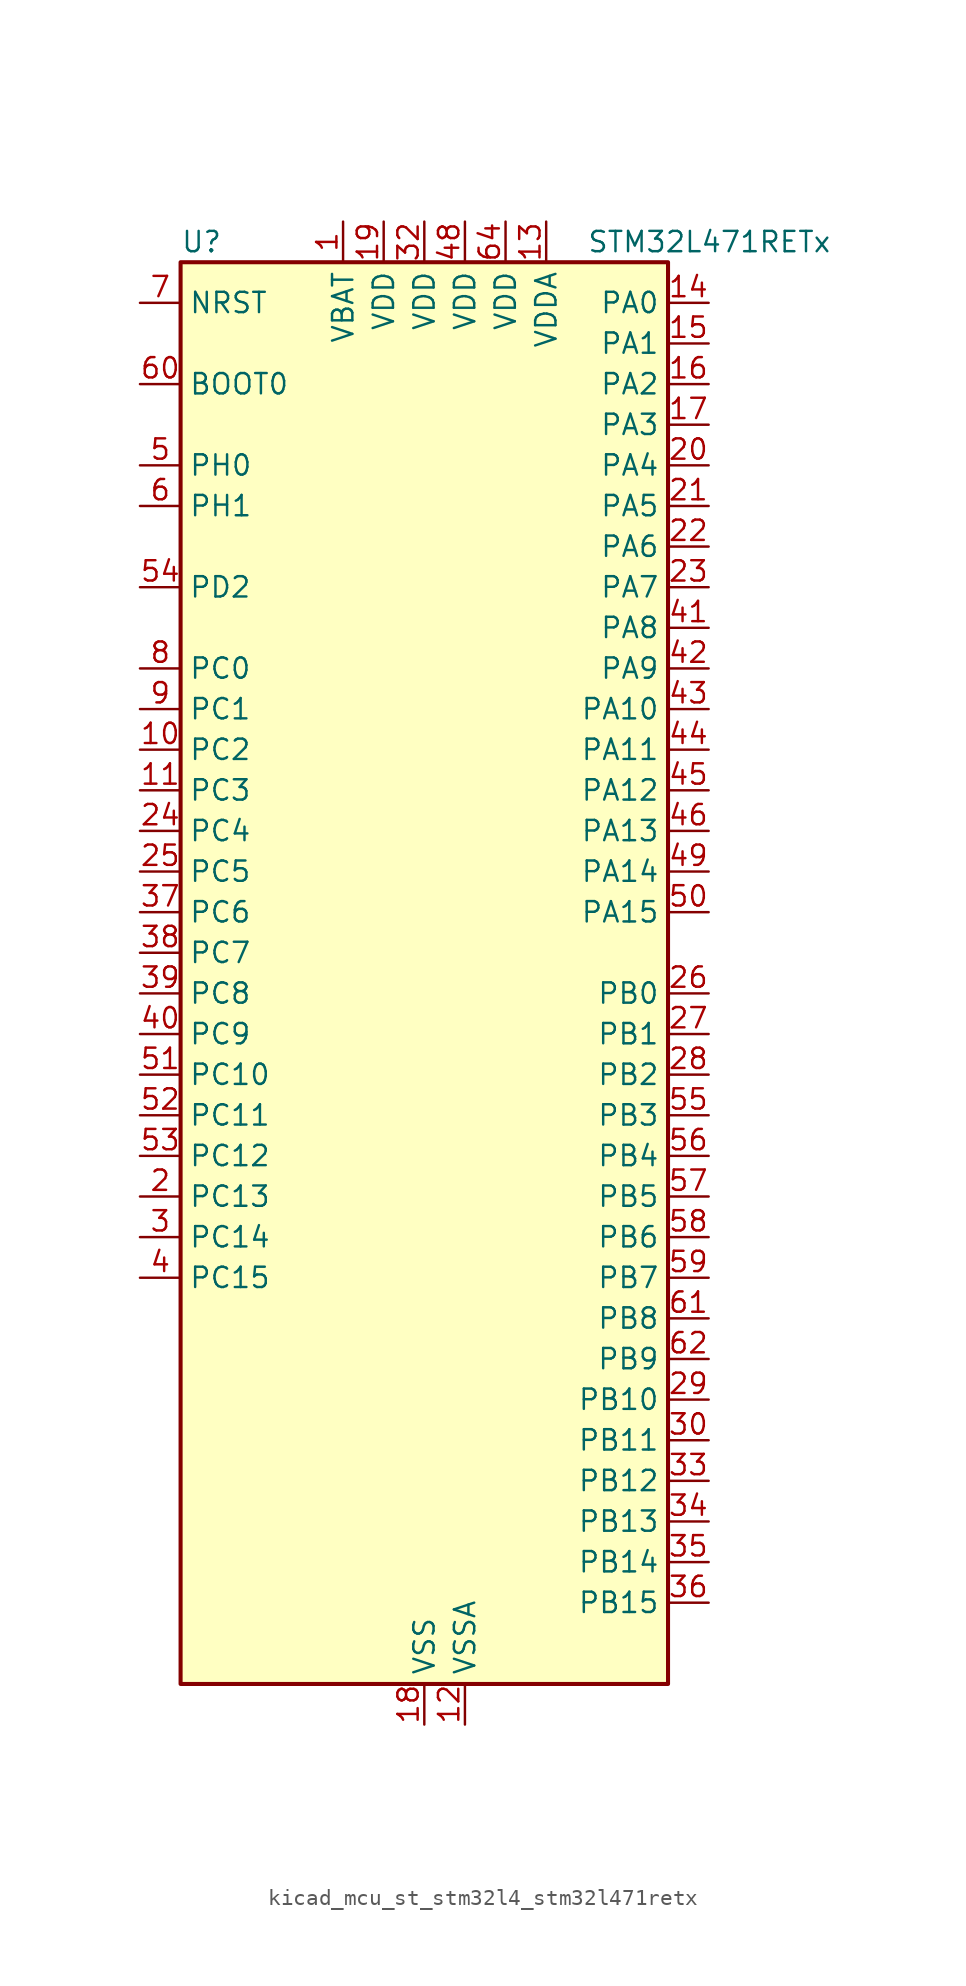
<source format=kicad_sym>
(kicad_symbol_lib
  (version 20220914)
  (generator kicad_symbol_editor)
  (symbol "kicad_mcu_st_stm32l4_stm32l471retx"
    (property "Reference" "U"
      (at -15.24 46.99 0)
      (effects (font (size 1.27 1.27)) (justify left)))
    (property "Value" "STM32L471RETx"
      (at 10.16 46.99 0)
      (effects (font (size 1.27 1.27)) (justify left)))
    (property "ki_locked" ""
      (at 0 0 0)
      (effects (font (size 1.27 1.27))))
    (symbol "kicad_mcu_st_stm32l4_stm32l471retx_0_1"
      (rectangle (start -15.24 -43.18) (end 15.24 45.72) (stroke (width 0.254) (type default)) (fill (type background))))
    (symbol "kicad_mcu_st_stm32l4_stm32l471retx_1_1"
      (pin power_in line (at -5.08 48.26 270) (length 2.54) (name "VBAT" (effects (font (size 1.27 1.27)))) (number "1" (effects (font (size 1.27 1.27)))))
      (pin bidirectional line (at -17.78 15.24 0) (length 2.54) (name "PC2" (effects (font (size 1.27 1.27)))) (number "10" (effects (font (size 1.27 1.27)))) (alternate "ADC1_IN3" bidirectional line) (alternate "ADC2_IN3" bidirectional line) (alternate "ADC3_IN3" bidirectional line) (alternate "DFSDM1_CKOUT" bidirectional line) (alternate "LPTIM1_IN2" bidirectional line) (alternate "SPI2_MISO" bidirectional line))
      (pin bidirectional line (at -17.78 12.7 0) (length 2.54) (name "PC3" (effects (font (size 1.27 1.27)))) (number "11" (effects (font (size 1.27 1.27)))) (alternate "ADC1_IN4" bidirectional line) (alternate "ADC2_IN4" bidirectional line) (alternate "ADC3_IN4" bidirectional line) (alternate "LPTIM1_ETR" bidirectional line) (alternate "LPTIM2_ETR" bidirectional line) (alternate "SAI1_SD_A" bidirectional line) (alternate "SPI2_MOSI" bidirectional line))
      (pin power_in line (at 2.54 -45.72 90) (length 2.54) (name "VSSA" (effects (font (size 1.27 1.27)))) (number "12" (effects (font (size 1.27 1.27)))))
      (pin power_in line (at 7.62 48.26 270) (length 2.54) (name "VDDA" (effects (font (size 1.27 1.27)))) (number "13" (effects (font (size 1.27 1.27)))))
      (pin bidirectional line (at 17.78 43.18 180) (length 2.54) (name "PA0" (effects (font (size 1.27 1.27)))) (number "14" (effects (font (size 1.27 1.27)))) (alternate "ADC1_IN5" bidirectional line) (alternate "ADC2_IN5" bidirectional line) (alternate "OPAMP1_VINP" bidirectional line) (alternate "RTC_TAMP2" bidirectional line) (alternate "SAI1_EXTCLK" bidirectional line) (alternate "SYS_WKUP1" bidirectional line) (alternate "TIM2_CH1" bidirectional line) (alternate "TIM2_ETR" bidirectional line) (alternate "TIM5_CH1" bidirectional line) (alternate "TIM8_ETR" bidirectional line) (alternate "UART4_TX" bidirectional line) (alternate "USART2_CTS" bidirectional line))
      (pin bidirectional line (at 17.78 40.64 180) (length 2.54) (name "PA1" (effects (font (size 1.27 1.27)))) (number "15" (effects (font (size 1.27 1.27)))) (alternate "ADC1_IN6" bidirectional line) (alternate "ADC2_IN6" bidirectional line) (alternate "OPAMP1_VINM" bidirectional line) (alternate "TIM15_CH1N" bidirectional line) (alternate "TIM2_CH2" bidirectional line) (alternate "TIM5_CH2" bidirectional line) (alternate "UART4_RX" bidirectional line) (alternate "USART2_DE" bidirectional line) (alternate "USART2_RTS" bidirectional line))
      (pin bidirectional line (at 17.78 38.1 180) (length 2.54) (name "PA2" (effects (font (size 1.27 1.27)))) (number "16" (effects (font (size 1.27 1.27)))) (alternate "ADC1_IN7" bidirectional line) (alternate "ADC2_IN7" bidirectional line) (alternate "RCC_LSCO" bidirectional line) (alternate "SAI2_EXTCLK" bidirectional line) (alternate "SYS_WKUP4" bidirectional line) (alternate "TIM15_CH1" bidirectional line) (alternate "TIM2_CH3" bidirectional line) (alternate "TIM5_CH3" bidirectional line) (alternate "USART2_TX" bidirectional line))
      (pin bidirectional line (at 17.78 35.56 180) (length 2.54) (name "PA3" (effects (font (size 1.27 1.27)))) (number "17" (effects (font (size 1.27 1.27)))) (alternate "ADC1_IN8" bidirectional line) (alternate "ADC2_IN8" bidirectional line) (alternate "OPAMP1_VOUT" bidirectional line) (alternate "TIM15_CH2" bidirectional line) (alternate "TIM2_CH4" bidirectional line) (alternate "TIM5_CH4" bidirectional line) (alternate "USART2_RX" bidirectional line))
      (pin power_in line (at 0 -45.72 90) (length 2.54) (name "VSS" (effects (font (size 1.27 1.27)))) (number "18" (effects (font (size 1.27 1.27)))))
      (pin power_in line (at -2.54 48.26 270) (length 2.54) (name "VDD" (effects (font (size 1.27 1.27)))) (number "19" (effects (font (size 1.27 1.27)))))
      (pin bidirectional line (at -17.78 -12.7 0) (length 2.54) (name "PC13" (effects (font (size 1.27 1.27)))) (number "2" (effects (font (size 1.27 1.27)))) (alternate "RTC_OUT_ALARM" bidirectional line) (alternate "RTC_OUT_CALIB" bidirectional line) (alternate "RTC_TAMP1" bidirectional line) (alternate "RTC_TS" bidirectional line) (alternate "SYS_WKUP2" bidirectional line))
      (pin bidirectional line (at 17.78 33.02 180) (length 2.54) (name "PA4" (effects (font (size 1.27 1.27)))) (number "20" (effects (font (size 1.27 1.27)))) (alternate "ADC1_IN9" bidirectional line) (alternate "ADC2_IN9" bidirectional line) (alternate "DAC1_OUT1" bidirectional line) (alternate "LPTIM2_OUT" bidirectional line) (alternate "SAI1_FS_B" bidirectional line) (alternate "SPI1_NSS" bidirectional line) (alternate "SPI3_NSS" bidirectional line) (alternate "USART2_CK" bidirectional line))
      (pin bidirectional line (at 17.78 30.48 180) (length 2.54) (name "PA5" (effects (font (size 1.27 1.27)))) (number "21" (effects (font (size 1.27 1.27)))) (alternate "ADC1_IN10" bidirectional line) (alternate "ADC2_IN10" bidirectional line) (alternate "DAC1_OUT2" bidirectional line) (alternate "LPTIM2_ETR" bidirectional line) (alternate "SPI1_SCK" bidirectional line) (alternate "TIM2_CH1" bidirectional line) (alternate "TIM2_ETR" bidirectional line) (alternate "TIM8_CH1N" bidirectional line))
      (pin bidirectional line (at 17.78 27.94 180) (length 2.54) (name "PA6" (effects (font (size 1.27 1.27)))) (number "22" (effects (font (size 1.27 1.27)))) (alternate "ADC1_IN11" bidirectional line) (alternate "ADC2_IN11" bidirectional line) (alternate "OPAMP2_VINP" bidirectional line) (alternate "QUADSPI_BK1_IO3" bidirectional line) (alternate "SPI1_MISO" bidirectional line) (alternate "TIM16_CH1" bidirectional line) (alternate "TIM1_BKIN" bidirectional line) (alternate "TIM1_BKIN_COMP2" bidirectional line) (alternate "TIM3_CH1" bidirectional line) (alternate "TIM8_BKIN" bidirectional line) (alternate "TIM8_BKIN_COMP2" bidirectional line) (alternate "USART3_CTS" bidirectional line))
      (pin bidirectional line (at 17.78 25.4 180) (length 2.54) (name "PA7" (effects (font (size 1.27 1.27)))) (number "23" (effects (font (size 1.27 1.27)))) (alternate "ADC1_IN12" bidirectional line) (alternate "ADC2_IN12" bidirectional line) (alternate "OPAMP2_VINM" bidirectional line) (alternate "QUADSPI_BK1_IO2" bidirectional line) (alternate "SPI1_MOSI" bidirectional line) (alternate "TIM17_CH1" bidirectional line) (alternate "TIM1_CH1N" bidirectional line) (alternate "TIM3_CH2" bidirectional line) (alternate "TIM8_CH1N" bidirectional line))
      (pin bidirectional line (at -17.78 10.16 0) (length 2.54) (name "PC4" (effects (font (size 1.27 1.27)))) (number "24" (effects (font (size 1.27 1.27)))) (alternate "ADC1_IN13" bidirectional line) (alternate "ADC2_IN13" bidirectional line) (alternate "COMP1_INM" bidirectional line) (alternate "USART3_TX" bidirectional line))
      (pin bidirectional line (at -17.78 7.62 0) (length 2.54) (name "PC5" (effects (font (size 1.27 1.27)))) (number "25" (effects (font (size 1.27 1.27)))) (alternate "ADC1_IN14" bidirectional line) (alternate "ADC2_IN14" bidirectional line) (alternate "COMP1_INP" bidirectional line) (alternate "SYS_WKUP5" bidirectional line) (alternate "USART3_RX" bidirectional line))
      (pin bidirectional line (at 17.78 0 180) (length 2.54) (name "PB0" (effects (font (size 1.27 1.27)))) (number "26" (effects (font (size 1.27 1.27)))) (alternate "ADC1_IN15" bidirectional line) (alternate "ADC2_IN15" bidirectional line) (alternate "COMP1_OUT" bidirectional line) (alternate "OPAMP2_VOUT" bidirectional line) (alternate "QUADSPI_BK1_IO1" bidirectional line) (alternate "TIM1_CH2N" bidirectional line) (alternate "TIM3_CH3" bidirectional line) (alternate "TIM8_CH2N" bidirectional line) (alternate "USART3_CK" bidirectional line))
      (pin bidirectional line (at 17.78 -2.54 180) (length 2.54) (name "PB1" (effects (font (size 1.27 1.27)))) (number "27" (effects (font (size 1.27 1.27)))) (alternate "ADC1_IN16" bidirectional line) (alternate "ADC2_IN16" bidirectional line) (alternate "COMP1_INM" bidirectional line) (alternate "DFSDM1_DATIN0" bidirectional line) (alternate "LPTIM2_IN1" bidirectional line) (alternate "QUADSPI_BK1_IO0" bidirectional line) (alternate "TIM1_CH3N" bidirectional line) (alternate "TIM3_CH4" bidirectional line) (alternate "TIM8_CH3N" bidirectional line) (alternate "USART3_DE" bidirectional line) (alternate "USART3_RTS" bidirectional line))
      (pin bidirectional line (at 17.78 -5.08 180) (length 2.54) (name "PB2" (effects (font (size 1.27 1.27)))) (number "28" (effects (font (size 1.27 1.27)))) (alternate "COMP1_INP" bidirectional line) (alternate "DFSDM1_CKIN0" bidirectional line) (alternate "I2C3_SMBA" bidirectional line) (alternate "LPTIM1_OUT" bidirectional line) (alternate "RTC_OUT_ALARM" bidirectional line) (alternate "RTC_OUT_CALIB" bidirectional line))
      (pin bidirectional line (at 17.78 -25.4 180) (length 2.54) (name "PB10" (effects (font (size 1.27 1.27)))) (number "29" (effects (font (size 1.27 1.27)))) (alternate "COMP1_OUT" bidirectional line) (alternate "DFSDM1_DATIN7" bidirectional line) (alternate "I2C2_SCL" bidirectional line) (alternate "LPUART1_RX" bidirectional line) (alternate "QUADSPI_CLK" bidirectional line) (alternate "SAI1_SCK_A" bidirectional line) (alternate "SPI2_SCK" bidirectional line) (alternate "TIM2_CH3" bidirectional line) (alternate "USART3_TX" bidirectional line))
      (pin bidirectional line (at -17.78 -15.24 0) (length 2.54) (name "PC14" (effects (font (size 1.27 1.27)))) (number "3" (effects (font (size 1.27 1.27)))) (alternate "RCC_OSC32_IN" bidirectional line))
      (pin bidirectional line (at 17.78 -27.94 180) (length 2.54) (name "PB11" (effects (font (size 1.27 1.27)))) (number "30" (effects (font (size 1.27 1.27)))) (alternate "ADC1_EXTI11" bidirectional line) (alternate "ADC2_EXTI11" bidirectional line) (alternate "ADC3_EXTI11" bidirectional line) (alternate "COMP2_OUT" bidirectional line) (alternate "DFSDM1_CKIN7" bidirectional line) (alternate "I2C2_SDA" bidirectional line) (alternate "LPUART1_TX" bidirectional line) (alternate "QUADSPI_NCS" bidirectional line) (alternate "TIM2_CH4" bidirectional line) (alternate "USART3_RX" bidirectional line))
      (pin passive line (at 0 -45.72 90) (length 2.54) hide (name "VSS" (effects (font (size 1.27 1.27)))) (number "31" (effects (font (size 1.27 1.27)))))
      (pin power_in line (at 0 48.26 270) (length 2.54) (name "VDD" (effects (font (size 1.27 1.27)))) (number "32" (effects (font (size 1.27 1.27)))))
      (pin bidirectional line (at 17.78 -30.48 180) (length 2.54) (name "PB12" (effects (font (size 1.27 1.27)))) (number "33" (effects (font (size 1.27 1.27)))) (alternate "DFSDM1_DATIN1" bidirectional line) (alternate "I2C2_SMBA" bidirectional line) (alternate "LPUART1_DE" bidirectional line) (alternate "LPUART1_RTS" bidirectional line) (alternate "SAI2_FS_A" bidirectional line) (alternate "SPI2_NSS" bidirectional line) (alternate "SWPMI1_IO" bidirectional line) (alternate "TIM15_BKIN" bidirectional line) (alternate "TIM1_BKIN" bidirectional line) (alternate "TIM1_BKIN_COMP2" bidirectional line) (alternate "TSC_G1_IO1" bidirectional line) (alternate "USART3_CK" bidirectional line))
      (pin bidirectional line (at 17.78 -33.02 180) (length 2.54) (name "PB13" (effects (font (size 1.27 1.27)))) (number "34" (effects (font (size 1.27 1.27)))) (alternate "DFSDM1_CKIN1" bidirectional line) (alternate "I2C2_SCL" bidirectional line) (alternate "LPUART1_CTS" bidirectional line) (alternate "SAI2_SCK_A" bidirectional line) (alternate "SPI2_SCK" bidirectional line) (alternate "SWPMI1_TX" bidirectional line) (alternate "TIM15_CH1N" bidirectional line) (alternate "TIM1_CH1N" bidirectional line) (alternate "TSC_G1_IO2" bidirectional line) (alternate "USART3_CTS" bidirectional line))
      (pin bidirectional line (at 17.78 -35.56 180) (length 2.54) (name "PB14" (effects (font (size 1.27 1.27)))) (number "35" (effects (font (size 1.27 1.27)))) (alternate "DFSDM1_DATIN2" bidirectional line) (alternate "I2C2_SDA" bidirectional line) (alternate "SAI2_MCLK_A" bidirectional line) (alternate "SPI2_MISO" bidirectional line) (alternate "SWPMI1_RX" bidirectional line) (alternate "TIM15_CH1" bidirectional line) (alternate "TIM1_CH2N" bidirectional line) (alternate "TIM8_CH2N" bidirectional line) (alternate "TSC_G1_IO3" bidirectional line) (alternate "USART3_DE" bidirectional line) (alternate "USART3_RTS" bidirectional line))
      (pin bidirectional line (at 17.78 -38.1 180) (length 2.54) (name "PB15" (effects (font (size 1.27 1.27)))) (number "36" (effects (font (size 1.27 1.27)))) (alternate "ADC1_EXTI15" bidirectional line) (alternate "ADC2_EXTI15" bidirectional line) (alternate "ADC3_EXTI15" bidirectional line) (alternate "DFSDM1_CKIN2" bidirectional line) (alternate "RTC_REFIN" bidirectional line) (alternate "SAI2_SD_A" bidirectional line) (alternate "SPI2_MOSI" bidirectional line) (alternate "SWPMI1_SUSPEND" bidirectional line) (alternate "TIM15_CH2" bidirectional line) (alternate "TIM1_CH3N" bidirectional line) (alternate "TIM8_CH3N" bidirectional line) (alternate "TSC_G1_IO4" bidirectional line))
      (pin bidirectional line (at -17.78 5.08 0) (length 2.54) (name "PC6" (effects (font (size 1.27 1.27)))) (number "37" (effects (font (size 1.27 1.27)))) (alternate "DFSDM1_CKIN3" bidirectional line) (alternate "SAI2_MCLK_A" bidirectional line) (alternate "SDMMC1_D6" bidirectional line) (alternate "TIM3_CH1" bidirectional line) (alternate "TIM8_CH1" bidirectional line) (alternate "TSC_G4_IO1" bidirectional line))
      (pin bidirectional line (at -17.78 2.54 0) (length 2.54) (name "PC7" (effects (font (size 1.27 1.27)))) (number "38" (effects (font (size 1.27 1.27)))) (alternate "DFSDM1_DATIN3" bidirectional line) (alternate "SAI2_MCLK_B" bidirectional line) (alternate "SDMMC1_D7" bidirectional line) (alternate "TIM3_CH2" bidirectional line) (alternate "TIM8_CH2" bidirectional line) (alternate "TSC_G4_IO2" bidirectional line))
      (pin bidirectional line (at -17.78 0 0) (length 2.54) (name "PC8" (effects (font (size 1.27 1.27)))) (number "39" (effects (font (size 1.27 1.27)))) (alternate "SDMMC1_D0" bidirectional line) (alternate "TIM3_CH3" bidirectional line) (alternate "TIM8_CH3" bidirectional line) (alternate "TSC_G4_IO3" bidirectional line))
      (pin bidirectional line (at -17.78 -17.78 0) (length 2.54) (name "PC15" (effects (font (size 1.27 1.27)))) (number "4" (effects (font (size 1.27 1.27)))) (alternate "ADC1_EXTI15" bidirectional line) (alternate "ADC2_EXTI15" bidirectional line) (alternate "ADC3_EXTI15" bidirectional line) (alternate "RCC_OSC32_OUT" bidirectional line))
      (pin bidirectional line (at -17.78 -2.54 0) (length 2.54) (name "PC9" (effects (font (size 1.27 1.27)))) (number "40" (effects (font (size 1.27 1.27)))) (alternate "DAC1_EXTI9" bidirectional line) (alternate "SAI2_EXTCLK" bidirectional line) (alternate "SDMMC1_D1" bidirectional line) (alternate "TIM3_CH4" bidirectional line) (alternate "TIM8_BKIN2" bidirectional line) (alternate "TIM8_BKIN2_COMP1" bidirectional line) (alternate "TIM8_CH4" bidirectional line) (alternate "TSC_G4_IO4" bidirectional line))
      (pin bidirectional line (at 17.78 22.86 180) (length 2.54) (name "PA8" (effects (font (size 1.27 1.27)))) (number "41" (effects (font (size 1.27 1.27)))) (alternate "LPTIM2_OUT" bidirectional line) (alternate "RCC_MCO" bidirectional line) (alternate "TIM1_CH1" bidirectional line) (alternate "USART1_CK" bidirectional line))
      (pin bidirectional line (at 17.78 20.32 180) (length 2.54) (name "PA9" (effects (font (size 1.27 1.27)))) (number "42" (effects (font (size 1.27 1.27)))) (alternate "DAC1_EXTI9" bidirectional line) (alternate "TIM15_BKIN" bidirectional line) (alternate "TIM1_CH2" bidirectional line) (alternate "USART1_TX" bidirectional line))
      (pin bidirectional line (at 17.78 17.78 180) (length 2.54) (name "PA10" (effects (font (size 1.27 1.27)))) (number "43" (effects (font (size 1.27 1.27)))) (alternate "TIM17_BKIN" bidirectional line) (alternate "TIM1_CH3" bidirectional line) (alternate "USART1_RX" bidirectional line))
      (pin bidirectional line (at 17.78 15.24 180) (length 2.54) (name "PA11" (effects (font (size 1.27 1.27)))) (number "44" (effects (font (size 1.27 1.27)))) (alternate "ADC1_EXTI11" bidirectional line) (alternate "ADC2_EXTI11" bidirectional line) (alternate "ADC3_EXTI11" bidirectional line) (alternate "CAN1_RX" bidirectional line) (alternate "TIM1_BKIN2" bidirectional line) (alternate "TIM1_BKIN2_COMP1" bidirectional line) (alternate "TIM1_CH4" bidirectional line) (alternate "USART1_CTS" bidirectional line))
      (pin bidirectional line (at 17.78 12.7 180) (length 2.54) (name "PA12" (effects (font (size 1.27 1.27)))) (number "45" (effects (font (size 1.27 1.27)))) (alternate "CAN1_TX" bidirectional line) (alternate "TIM1_ETR" bidirectional line) (alternate "USART1_DE" bidirectional line) (alternate "USART1_RTS" bidirectional line))
      (pin bidirectional line (at 17.78 10.16 180) (length 2.54) (name "PA13" (effects (font (size 1.27 1.27)))) (number "46" (effects (font (size 1.27 1.27)))) (alternate "IR_OUT" bidirectional line) (alternate "SYS_JTMS-SWDIO" bidirectional line))
      (pin passive line (at 0 -45.72 90) (length 2.54) hide (name "VSS" (effects (font (size 1.27 1.27)))) (number "47" (effects (font (size 1.27 1.27)))))
      (pin power_in line (at 2.54 48.26 270) (length 2.54) (name "VDD" (effects (font (size 1.27 1.27)))) (number "48" (effects (font (size 1.27 1.27)))))
      (pin bidirectional line (at 17.78 7.62 180) (length 2.54) (name "PA14" (effects (font (size 1.27 1.27)))) (number "49" (effects (font (size 1.27 1.27)))) (alternate "SYS_JTCK-SWCLK" bidirectional line))
      (pin bidirectional line (at -17.78 33.02 0) (length 2.54) (name "PH0" (effects (font (size 1.27 1.27)))) (number "5" (effects (font (size 1.27 1.27)))) (alternate "RCC_OSC_IN" bidirectional line))
      (pin bidirectional line (at 17.78 5.08 180) (length 2.54) (name "PA15" (effects (font (size 1.27 1.27)))) (number "50" (effects (font (size 1.27 1.27)))) (alternate "ADC1_EXTI15" bidirectional line) (alternate "ADC2_EXTI15" bidirectional line) (alternate "ADC3_EXTI15" bidirectional line) (alternate "SAI2_FS_B" bidirectional line) (alternate "SPI1_NSS" bidirectional line) (alternate "SPI3_NSS" bidirectional line) (alternate "SYS_JTDI" bidirectional line) (alternate "TIM2_CH1" bidirectional line) (alternate "TIM2_ETR" bidirectional line) (alternate "TSC_G3_IO1" bidirectional line) (alternate "UART4_DE" bidirectional line) (alternate "UART4_RTS" bidirectional line))
      (pin bidirectional line (at -17.78 -5.08 0) (length 2.54) (name "PC10" (effects (font (size 1.27 1.27)))) (number "51" (effects (font (size 1.27 1.27)))) (alternate "SAI2_SCK_B" bidirectional line) (alternate "SDMMC1_D2" bidirectional line) (alternate "SPI3_SCK" bidirectional line) (alternate "TSC_G3_IO2" bidirectional line) (alternate "UART4_TX" bidirectional line) (alternate "USART3_TX" bidirectional line))
      (pin bidirectional line (at -17.78 -7.62 0) (length 2.54) (name "PC11" (effects (font (size 1.27 1.27)))) (number "52" (effects (font (size 1.27 1.27)))) (alternate "ADC1_EXTI11" bidirectional line) (alternate "ADC2_EXTI11" bidirectional line) (alternate "ADC3_EXTI11" bidirectional line) (alternate "SAI2_MCLK_B" bidirectional line) (alternate "SDMMC1_D3" bidirectional line) (alternate "SPI3_MISO" bidirectional line) (alternate "TSC_G3_IO3" bidirectional line) (alternate "UART4_RX" bidirectional line) (alternate "USART3_RX" bidirectional line))
      (pin bidirectional line (at -17.78 -10.16 0) (length 2.54) (name "PC12" (effects (font (size 1.27 1.27)))) (number "53" (effects (font (size 1.27 1.27)))) (alternate "SAI2_SD_B" bidirectional line) (alternate "SDMMC1_CK" bidirectional line) (alternate "SPI3_MOSI" bidirectional line) (alternate "TSC_G3_IO4" bidirectional line) (alternate "UART5_TX" bidirectional line) (alternate "USART3_CK" bidirectional line))
      (pin bidirectional line (at -17.78 25.4 0) (length 2.54) (name "PD2" (effects (font (size 1.27 1.27)))) (number "54" (effects (font (size 1.27 1.27)))) (alternate "SDMMC1_CMD" bidirectional line) (alternate "TIM3_ETR" bidirectional line) (alternate "TSC_SYNC" bidirectional line) (alternate "UART5_RX" bidirectional line) (alternate "USART3_DE" bidirectional line) (alternate "USART3_RTS" bidirectional line))
      (pin bidirectional line (at 17.78 -7.62 180) (length 2.54) (name "PB3" (effects (font (size 1.27 1.27)))) (number "55" (effects (font (size 1.27 1.27)))) (alternate "COMP2_INM" bidirectional line) (alternate "SAI1_SCK_B" bidirectional line) (alternate "SPI1_SCK" bidirectional line) (alternate "SPI3_SCK" bidirectional line) (alternate "SYS_JTDO-SWO" bidirectional line) (alternate "TIM2_CH2" bidirectional line) (alternate "USART1_DE" bidirectional line) (alternate "USART1_RTS" bidirectional line))
      (pin bidirectional line (at 17.78 -10.16 180) (length 2.54) (name "PB4" (effects (font (size 1.27 1.27)))) (number "56" (effects (font (size 1.27 1.27)))) (alternate "COMP2_INP" bidirectional line) (alternate "SAI1_MCLK_B" bidirectional line) (alternate "SPI1_MISO" bidirectional line) (alternate "SPI3_MISO" bidirectional line) (alternate "SYS_JTRST" bidirectional line) (alternate "TIM17_BKIN" bidirectional line) (alternate "TIM3_CH1" bidirectional line) (alternate "TSC_G2_IO1" bidirectional line) (alternate "UART5_DE" bidirectional line) (alternate "UART5_RTS" bidirectional line) (alternate "USART1_CTS" bidirectional line))
      (pin bidirectional line (at 17.78 -12.7 180) (length 2.54) (name "PB5" (effects (font (size 1.27 1.27)))) (number "57" (effects (font (size 1.27 1.27)))) (alternate "COMP2_OUT" bidirectional line) (alternate "I2C1_SMBA" bidirectional line) (alternate "LPTIM1_IN1" bidirectional line) (alternate "SAI1_SD_B" bidirectional line) (alternate "SPI1_MOSI" bidirectional line) (alternate "SPI3_MOSI" bidirectional line) (alternate "TIM16_BKIN" bidirectional line) (alternate "TIM3_CH2" bidirectional line) (alternate "TSC_G2_IO2" bidirectional line) (alternate "UART5_CTS" bidirectional line) (alternate "USART1_CK" bidirectional line))
      (pin bidirectional line (at 17.78 -15.24 180) (length 2.54) (name "PB6" (effects (font (size 1.27 1.27)))) (number "58" (effects (font (size 1.27 1.27)))) (alternate "COMP2_INP" bidirectional line) (alternate "DFSDM1_DATIN5" bidirectional line) (alternate "I2C1_SCL" bidirectional line) (alternate "LPTIM1_ETR" bidirectional line) (alternate "SAI1_FS_B" bidirectional line) (alternate "TIM16_CH1N" bidirectional line) (alternate "TIM4_CH1" bidirectional line) (alternate "TIM8_BKIN2" bidirectional line) (alternate "TIM8_BKIN2_COMP2" bidirectional line) (alternate "TSC_G2_IO3" bidirectional line) (alternate "USART1_TX" bidirectional line))
      (pin bidirectional line (at 17.78 -17.78 180) (length 2.54) (name "PB7" (effects (font (size 1.27 1.27)))) (number "59" (effects (font (size 1.27 1.27)))) (alternate "COMP2_INM" bidirectional line) (alternate "DFSDM1_CKIN5" bidirectional line) (alternate "I2C1_SDA" bidirectional line) (alternate "LPTIM1_IN2" bidirectional line) (alternate "SYS_PVD_IN" bidirectional line) (alternate "TIM17_CH1N" bidirectional line) (alternate "TIM4_CH2" bidirectional line) (alternate "TIM8_BKIN" bidirectional line) (alternate "TIM8_BKIN_COMP1" bidirectional line) (alternate "TSC_G2_IO4" bidirectional line) (alternate "UART4_CTS" bidirectional line) (alternate "USART1_RX" bidirectional line))
      (pin bidirectional line (at -17.78 30.48 0) (length 2.54) (name "PH1" (effects (font (size 1.27 1.27)))) (number "6" (effects (font (size 1.27 1.27)))) (alternate "RCC_OSC_OUT" bidirectional line))
      (pin input line (at -17.78 38.1 0) (length 2.54) (name "BOOT0" (effects (font (size 1.27 1.27)))) (number "60" (effects (font (size 1.27 1.27)))))
      (pin bidirectional line (at 17.78 -20.32 180) (length 2.54) (name "PB8" (effects (font (size 1.27 1.27)))) (number "61" (effects (font (size 1.27 1.27)))) (alternate "CAN1_RX" bidirectional line) (alternate "DFSDM1_DATIN6" bidirectional line) (alternate "I2C1_SCL" bidirectional line) (alternate "SAI1_MCLK_A" bidirectional line) (alternate "SDMMC1_D4" bidirectional line) (alternate "TIM16_CH1" bidirectional line) (alternate "TIM4_CH3" bidirectional line))
      (pin bidirectional line (at 17.78 -22.86 180) (length 2.54) (name "PB9" (effects (font (size 1.27 1.27)))) (number "62" (effects (font (size 1.27 1.27)))) (alternate "CAN1_TX" bidirectional line) (alternate "DAC1_EXTI9" bidirectional line) (alternate "DFSDM1_CKIN6" bidirectional line) (alternate "I2C1_SDA" bidirectional line) (alternate "IR_OUT" bidirectional line) (alternate "SAI1_FS_A" bidirectional line) (alternate "SDMMC1_D5" bidirectional line) (alternate "SPI2_NSS" bidirectional line) (alternate "TIM17_CH1" bidirectional line) (alternate "TIM4_CH4" bidirectional line))
      (pin passive line (at 0 -45.72 90) (length 2.54) hide (name "VSS" (effects (font (size 1.27 1.27)))) (number "63" (effects (font (size 1.27 1.27)))))
      (pin power_in line (at 5.08 48.26 270) (length 2.54) (name "VDD" (effects (font (size 1.27 1.27)))) (number "64" (effects (font (size 1.27 1.27)))))
      (pin input line (at -17.78 43.18 0) (length 2.54) (name "NRST" (effects (font (size 1.27 1.27)))) (number "7" (effects (font (size 1.27 1.27)))))
      (pin bidirectional line (at -17.78 20.32 0) (length 2.54) (name "PC0" (effects (font (size 1.27 1.27)))) (number "8" (effects (font (size 1.27 1.27)))) (alternate "ADC1_IN1" bidirectional line) (alternate "ADC2_IN1" bidirectional line) (alternate "ADC3_IN1" bidirectional line) (alternate "DFSDM1_DATIN4" bidirectional line) (alternate "I2C3_SCL" bidirectional line) (alternate "LPTIM1_IN1" bidirectional line) (alternate "LPTIM2_IN1" bidirectional line) (alternate "LPUART1_RX" bidirectional line))
      (pin bidirectional line (at -17.78 17.78 0) (length 2.54) (name "PC1" (effects (font (size 1.27 1.27)))) (number "9" (effects (font (size 1.27 1.27)))) (alternate "ADC1_IN2" bidirectional line) (alternate "ADC2_IN2" bidirectional line) (alternate "ADC3_IN2" bidirectional line) (alternate "DFSDM1_CKIN4" bidirectional line) (alternate "I2C3_SDA" bidirectional line) (alternate "LPTIM1_OUT" bidirectional line) (alternate "LPUART1_TX" bidirectional line)))))
</source>
